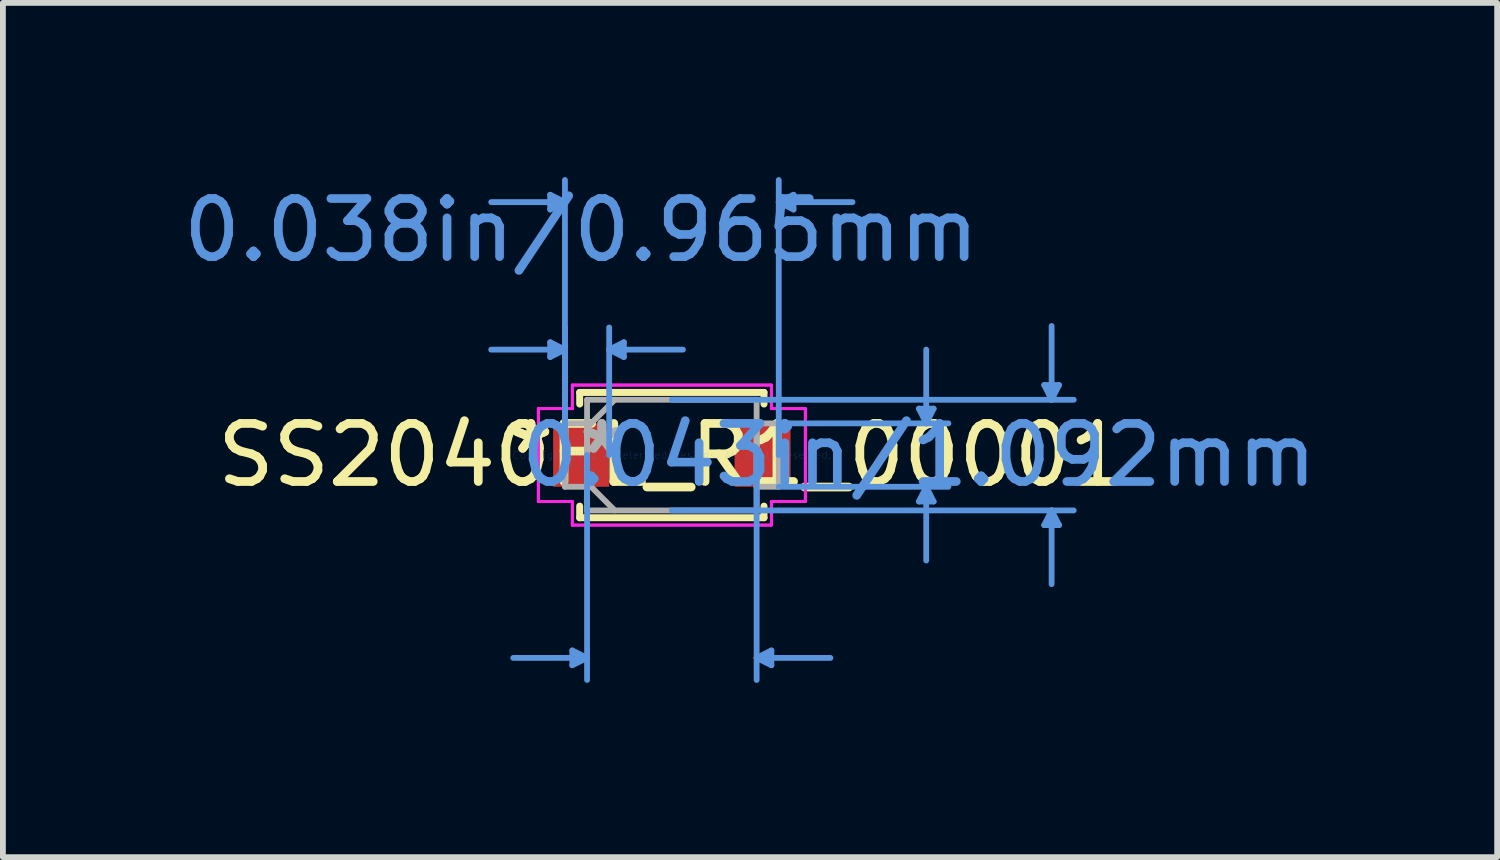
<source format=kicad_pcb>
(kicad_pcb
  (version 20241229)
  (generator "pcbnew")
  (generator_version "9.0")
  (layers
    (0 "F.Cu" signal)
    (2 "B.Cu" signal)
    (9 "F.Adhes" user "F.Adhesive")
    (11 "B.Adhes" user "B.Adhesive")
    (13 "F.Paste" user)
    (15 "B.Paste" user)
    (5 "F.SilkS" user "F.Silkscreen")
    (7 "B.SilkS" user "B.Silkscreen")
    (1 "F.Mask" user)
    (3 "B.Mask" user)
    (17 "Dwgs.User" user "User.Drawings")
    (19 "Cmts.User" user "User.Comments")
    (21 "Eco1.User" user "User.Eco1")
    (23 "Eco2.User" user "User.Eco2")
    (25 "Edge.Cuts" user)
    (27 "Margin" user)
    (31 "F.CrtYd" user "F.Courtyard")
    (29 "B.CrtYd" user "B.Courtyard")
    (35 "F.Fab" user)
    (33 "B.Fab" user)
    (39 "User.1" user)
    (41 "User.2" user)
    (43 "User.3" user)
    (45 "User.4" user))
  (footprint "SS2040FL_R1_00001"
    (layer "F.Cu")
    (at 8.52 4.787)
    (property "Reference" "SS2040FL_R1_00001" (at 0 0 0) (layer "F.SilkS") (effects (font (size 1 1) (thickness 0.15))))
    (attr through_hole)
    (fp_line (start -1.587 -1.079) (end -1.587 -0.879) (stroke (width 0.12) (type solid)) (layer "F.SilkS"))
    (fp_line (start -1.587 0.879) (end -1.587 1.079) (stroke (width 0.12) (type solid)) (layer "F.SilkS"))
    (fp_line (start -1.587 1.079) (end 1.587 1.079) (stroke (width 0.12) (type solid)) (layer "F.SilkS"))
    (fp_line (start 1.587 -1.079) (end -1.587 -1.079) (stroke (width 0.12) (type solid)) (layer "F.SilkS"))
    (fp_line (start 1.587 -0.879) (end 1.587 -1.079) (stroke (width 0.12) (type solid)) (layer "F.SilkS"))
    (fp_line (start 1.587 1.079) (end 1.587 0.879) (stroke (width 0.12) (type solid)) (layer "F.SilkS"))
    (fp_line (start -2.095 -4.483) (end -2.095 -4.229) (stroke (width 0.1) (type solid)) (layer "Cmts.User"))
    (fp_line (start -2.095 -1.943) (end -2.095 -1.689) (stroke (width 0.1) (type solid)) (layer "Cmts.User"))
    (fp_line (start -1.841 -4.356) (end -3.111 -4.356) (stroke (width 0.1) (type solid)) (layer "Cmts.User"))
    (fp_line (start -1.841 -4.356) (end -2.095 -4.483) (stroke (width 0.1) (type solid)) (layer "Cmts.User"))
    (fp_line (start -1.841 -4.356) (end -2.095 -4.229) (stroke (width 0.1) (type solid)) (layer "Cmts.User"))
    (fp_line (start -1.841 -1.816) (end -3.111 -1.816) (stroke (width 0.1) (type solid)) (layer "Cmts.User"))
    (fp_line (start -1.841 -1.816) (end -2.095 -1.943) (stroke (width 0.1) (type solid)) (layer "Cmts.User"))
    (fp_line (start -1.841 -1.816) (end -2.095 -1.689) (stroke (width 0.1) (type solid)) (layer "Cmts.User"))
    (fp_line (start -1.841 0) (end -1.841 -4.737) (stroke (width 0.1) (type solid)) (layer "Cmts.User"))
    (fp_line (start -1.841 0) (end -1.841 -2.197) (stroke (width 0.1) (type solid)) (layer "Cmts.User"))
    (fp_line (start -1.714 3.365) (end -1.714 3.619) (stroke (width 0.1) (type solid)) (layer "Cmts.User"))
    (fp_line (start -1.46 0) (end -1.46 3.873) (stroke (width 0.1) (type solid)) (layer "Cmts.User"))
    (fp_line (start -1.46 3.493) (end -2.731 3.493) (stroke (width 0.1) (type solid)) (layer "Cmts.User"))
    (fp_line (start -1.46 3.493) (end -1.714 3.365) (stroke (width 0.1) (type solid)) (layer "Cmts.User"))
    (fp_line (start -1.46 3.493) (end -1.714 3.619) (stroke (width 0.1) (type solid)) (layer "Cmts.User"))
    (fp_line (start -1.079 -1.816) (end -0.826 -1.943) (stroke (width 0.1) (type solid)) (layer "Cmts.User"))
    (fp_line (start -1.079 -1.816) (end -0.826 -1.689) (stroke (width 0.1) (type solid)) (layer "Cmts.User"))
    (fp_line (start -1.079 -1.816) (end 0.191 -1.816) (stroke (width 0.1) (type solid)) (layer "Cmts.User"))
    (fp_line (start -1.079 0) (end -1.079 -2.197) (stroke (width 0.1) (type solid)) (layer "Cmts.User"))
    (fp_line (start -0.826 -1.943) (end -0.826 -1.689) (stroke (width 0.1) (type solid)) (layer "Cmts.User"))
    (fp_line (start 0 -0.953) (end 6.921 -0.953) (stroke (width 0.1) (type solid)) (layer "Cmts.User"))
    (fp_line (start 0 0.953) (end 6.921 0.953) (stroke (width 0.1) (type solid)) (layer "Cmts.User"))
    (fp_line (start 1.46 0) (end 1.46 3.873) (stroke (width 0.1) (type solid)) (layer "Cmts.User"))
    (fp_line (start 1.46 3.493) (end 1.714 3.365) (stroke (width 0.1) (type solid)) (layer "Cmts.User"))
    (fp_line (start 1.46 3.493) (end 1.714 3.619) (stroke (width 0.1) (type solid)) (layer "Cmts.User"))
    (fp_line (start 1.46 3.493) (end 2.731 3.493) (stroke (width 0.1) (type solid)) (layer "Cmts.User"))
    (fp_line (start 1.714 3.365) (end 1.714 3.619) (stroke (width 0.1) (type solid)) (layer "Cmts.User"))
    (fp_line (start 1.841 -4.356) (end 2.095 -4.483) (stroke (width 0.1) (type solid)) (layer "Cmts.User"))
    (fp_line (start 1.841 -4.356) (end 2.095 -4.229) (stroke (width 0.1) (type solid)) (layer "Cmts.User"))
    (fp_line (start 1.841 -4.356) (end 3.111 -4.356) (stroke (width 0.1) (type solid)) (layer "Cmts.User"))
    (fp_line (start 1.841 -0.546) (end 4.763 -0.546) (stroke (width 0.1) (type solid)) (layer "Cmts.User"))
    (fp_line (start 1.841 0) (end 1.841 -4.737) (stroke (width 0.1) (type solid)) (layer "Cmts.User"))
    (fp_line (start 1.841 0.546) (end 4.763 0.546) (stroke (width 0.1) (type solid)) (layer "Cmts.User"))
    (fp_line (start 2.095 -4.483) (end 2.095 -4.229) (stroke (width 0.1) (type solid)) (layer "Cmts.User"))
    (fp_line (start 4.255 -0.8) (end 4.508 -0.8) (stroke (width 0.1) (type solid)) (layer "Cmts.User"))
    (fp_line (start 4.255 0.8) (end 4.508 0.8) (stroke (width 0.1) (type solid)) (layer "Cmts.User"))
    (fp_line (start 4.381 -0.546) (end 4.255 -0.8) (stroke (width 0.1) (type solid)) (layer "Cmts.User"))
    (fp_line (start 4.381 -0.546) (end 4.381 -1.816) (stroke (width 0.1) (type solid)) (layer "Cmts.User"))
    (fp_line (start 4.381 -0.546) (end 4.508 -0.8) (stroke (width 0.1) (type solid)) (layer "Cmts.User"))
    (fp_line (start 4.381 0.546) (end 4.255 0.8) (stroke (width 0.1) (type solid)) (layer "Cmts.User"))
    (fp_line (start 4.381 0.546) (end 4.381 1.816) (stroke (width 0.1) (type solid)) (layer "Cmts.User"))
    (fp_line (start 4.381 0.546) (end 4.508 0.8) (stroke (width 0.1) (type solid)) (layer "Cmts.User"))
    (fp_line (start 6.413 -1.206) (end 6.668 -1.206) (stroke (width 0.1) (type solid)) (layer "Cmts.User"))
    (fp_line (start 6.413 1.206) (end 6.668 1.206) (stroke (width 0.1) (type solid)) (layer "Cmts.User"))
    (fp_line (start 6.54 -0.953) (end 6.413 -1.206) (stroke (width 0.1) (type solid)) (layer "Cmts.User"))
    (fp_line (start 6.54 -0.953) (end 6.54 -2.223) (stroke (width 0.1) (type solid)) (layer "Cmts.User"))
    (fp_line (start 6.54 -0.953) (end 6.668 -1.206) (stroke (width 0.1) (type solid)) (layer "Cmts.User"))
    (fp_line (start 6.54 0.953) (end 6.413 1.206) (stroke (width 0.1) (type solid)) (layer "Cmts.User"))
    (fp_line (start 6.54 0.953) (end 6.54 2.223) (stroke (width 0.1) (type solid)) (layer "Cmts.User"))
    (fp_line (start 6.54 0.953) (end 6.668 1.206) (stroke (width 0.1) (type solid)) (layer "Cmts.User"))
    (fp_line (start -2.299 -0.8) (end -1.714 -0.8) (stroke (width 0.05) (type solid)) (layer "F.CrtYd"))
    (fp_line (start -2.299 -0.8) (end -1.714 -0.8) (stroke (width 0.05) (type solid)) (layer "F.CrtYd"))
    (fp_line (start -2.299 0.8) (end -2.299 -0.8) (stroke (width 0.05) (type solid)) (layer "F.CrtYd"))
    (fp_line (start -2.299 0.8) (end -2.299 -0.8) (stroke (width 0.05) (type solid)) (layer "F.CrtYd"))
    (fp_line (start -1.714 -1.206) (end 1.714 -1.206) (stroke (width 0.05) (type solid)) (layer "F.CrtYd"))
    (fp_line (start -1.714 -1.206) (end 1.714 -1.206) (stroke (width 0.05) (type solid)) (layer "F.CrtYd"))
    (fp_line (start -1.714 -0.8) (end -1.714 -1.206) (stroke (width 0.05) (type solid)) (layer "F.CrtYd"))
    (fp_line (start -1.714 -0.8) (end -1.714 -1.206) (stroke (width 0.05) (type solid)) (layer "F.CrtYd"))
    (fp_line (start -1.714 0.8) (end -2.299 0.8) (stroke (width 0.05) (type solid)) (layer "F.CrtYd"))
    (fp_line (start -1.714 0.8) (end -2.299 0.8) (stroke (width 0.05) (type solid)) (layer "F.CrtYd"))
    (fp_line (start -1.714 1.206) (end -1.714 0.8) (stroke (width 0.05) (type solid)) (layer "F.CrtYd"))
    (fp_line (start -1.714 1.206) (end -1.714 0.8) (stroke (width 0.05) (type solid)) (layer "F.CrtYd"))
    (fp_line (start 1.714 -1.206) (end 1.714 -0.8) (stroke (width 0.05) (type solid)) (layer "F.CrtYd"))
    (fp_line (start 1.714 -1.206) (end 1.714 -0.8) (stroke (width 0.05) (type solid)) (layer "F.CrtYd"))
    (fp_line (start 1.714 -0.8) (end 2.299 -0.8) (stroke (width 0.05) (type solid)) (layer "F.CrtYd"))
    (fp_line (start 1.714 -0.8) (end 2.299 -0.8) (stroke (width 0.05) (type solid)) (layer "F.CrtYd"))
    (fp_line (start 1.714 0.8) (end 1.714 1.206) (stroke (width 0.05) (type solid)) (layer "F.CrtYd"))
    (fp_line (start 1.714 0.8) (end 1.714 1.206) (stroke (width 0.05) (type solid)) (layer "F.CrtYd"))
    (fp_line (start 1.714 1.206) (end -1.714 1.206) (stroke (width 0.05) (type solid)) (layer "F.CrtYd"))
    (fp_line (start 1.714 1.206) (end -1.714 1.206) (stroke (width 0.05) (type solid)) (layer "F.CrtYd"))
    (fp_line (start 2.299 -0.8) (end 2.299 0.8) (stroke (width 0.05) (type solid)) (layer "F.CrtYd"))
    (fp_line (start 2.299 -0.8) (end 2.299 0.8) (stroke (width 0.05) (type solid)) (layer "F.CrtYd"))
    (fp_line (start 2.299 0.8) (end 1.714 0.8) (stroke (width 0.05) (type solid)) (layer "F.CrtYd"))
    (fp_line (start 2.299 0.8) (end 1.714 0.8) (stroke (width 0.05) (type solid)) (layer "F.CrtYd"))
    (fp_line (start -1.841 -0.546) (end -1.841 0.546) (stroke (width 0.1) (type solid)) (layer "F.Fab"))
    (fp_line (start -1.841 0.546) (end -1.46 0.546) (stroke (width 0.1) (type solid)) (layer "F.Fab"))
    (fp_line (start -1.46 -0.953) (end -1.46 0.953) (stroke (width 0.1) (type solid)) (layer "F.Fab"))
    (fp_line (start -1.46 -0.546) (end -1.841 -0.546) (stroke (width 0.1) (type solid)) (layer "F.Fab"))
    (fp_line (start -1.46 -0.476) (end -0.984 -0.953) (stroke (width 0.1) (type solid)) (layer "F.Fab"))
    (fp_line (start -1.46 0.476) (end -0.984 0.953) (stroke (width 0.1) (type solid)) (layer "F.Fab"))
    (fp_line (start -1.46 0.546) (end -1.46 -0.546) (stroke (width 0.1) (type solid)) (layer "F.Fab"))
    (fp_line (start -1.46 0.953) (end 1.46 0.953) (stroke (width 0.1) (type solid)) (layer "F.Fab"))
    (fp_line (start 1.46 -0.953) (end -1.46 -0.953) (stroke (width 0.1) (type solid)) (layer "F.Fab"))
    (fp_line (start 1.46 -0.546) (end 1.46 0.546) (stroke (width 0.1) (type solid)) (layer "F.Fab"))
    (fp_line (start 1.46 0.546) (end 1.841 0.546) (stroke (width 0.1) (type solid)) (layer "F.Fab"))
    (fp_line (start 1.46 0.953) (end 1.46 -0.953) (stroke (width 0.1) (type solid)) (layer "F.Fab"))
    (fp_line (start 1.841 -0.546) (end 1.46 -0.546) (stroke (width 0.1) (type solid)) (layer "F.Fab"))
    (fp_line (start 1.841 0.546) (end 1.841 -0.546) (stroke (width 0.1) (type solid)) (layer "F.Fab"))
    (fp_text user "*" (at -2.426 0 0) (layer "F.SilkS") (effects (font (size 1 1) (thickness 0.15))))
    (fp_text user "*" (at -2.426 0 0) (layer "F.SilkS") (effects (font (size 1 1) (thickness 0.15))))
    (fp_text user "0.043in/1.092mm" (at 4.255 0 0) (layer "Cmts.User") (effects (font (size 1 1) (thickness 0.15))))
    (fp_text user "Copyright 2021 Accelerated Designs. All rights reserved." (at 0 0 0) (layer "Cmts.User") (effects (font (size 0.127 0.127) (thickness 0.002))))
    (fp_text user "0.038in/0.965mm" (at -1.562 -3.873 0) (layer "Cmts.User") (effects (font (size 1 1) (thickness 0.15))))
    (fp_text user "*" (at -1.206 0 0) (layer "F.Fab") (effects (font (size 1 1) (thickness 0.15))))
    (fp_text user "*" (at -1.206 0 0) (layer "F.Fab") (effects (font (size 1 1) (thickness 0.15))))
    (pad "1" smd rect (at -1.562 0) (size 0.965 1.092) (layers "F.Cu" "F.Mask" "F.Paste"))
    (pad "2" smd rect (at 1.562 0) (size 0.965 1.092) (layers "F.Cu" "F.Mask" "F.Paste")))
  (gr_rect
    (start -3 -3)
    (end 22.733 11.711)
    (stroke (width 0.1) (type default))
    (fill no)
    (layer "Edge.Cuts")))
</source>
